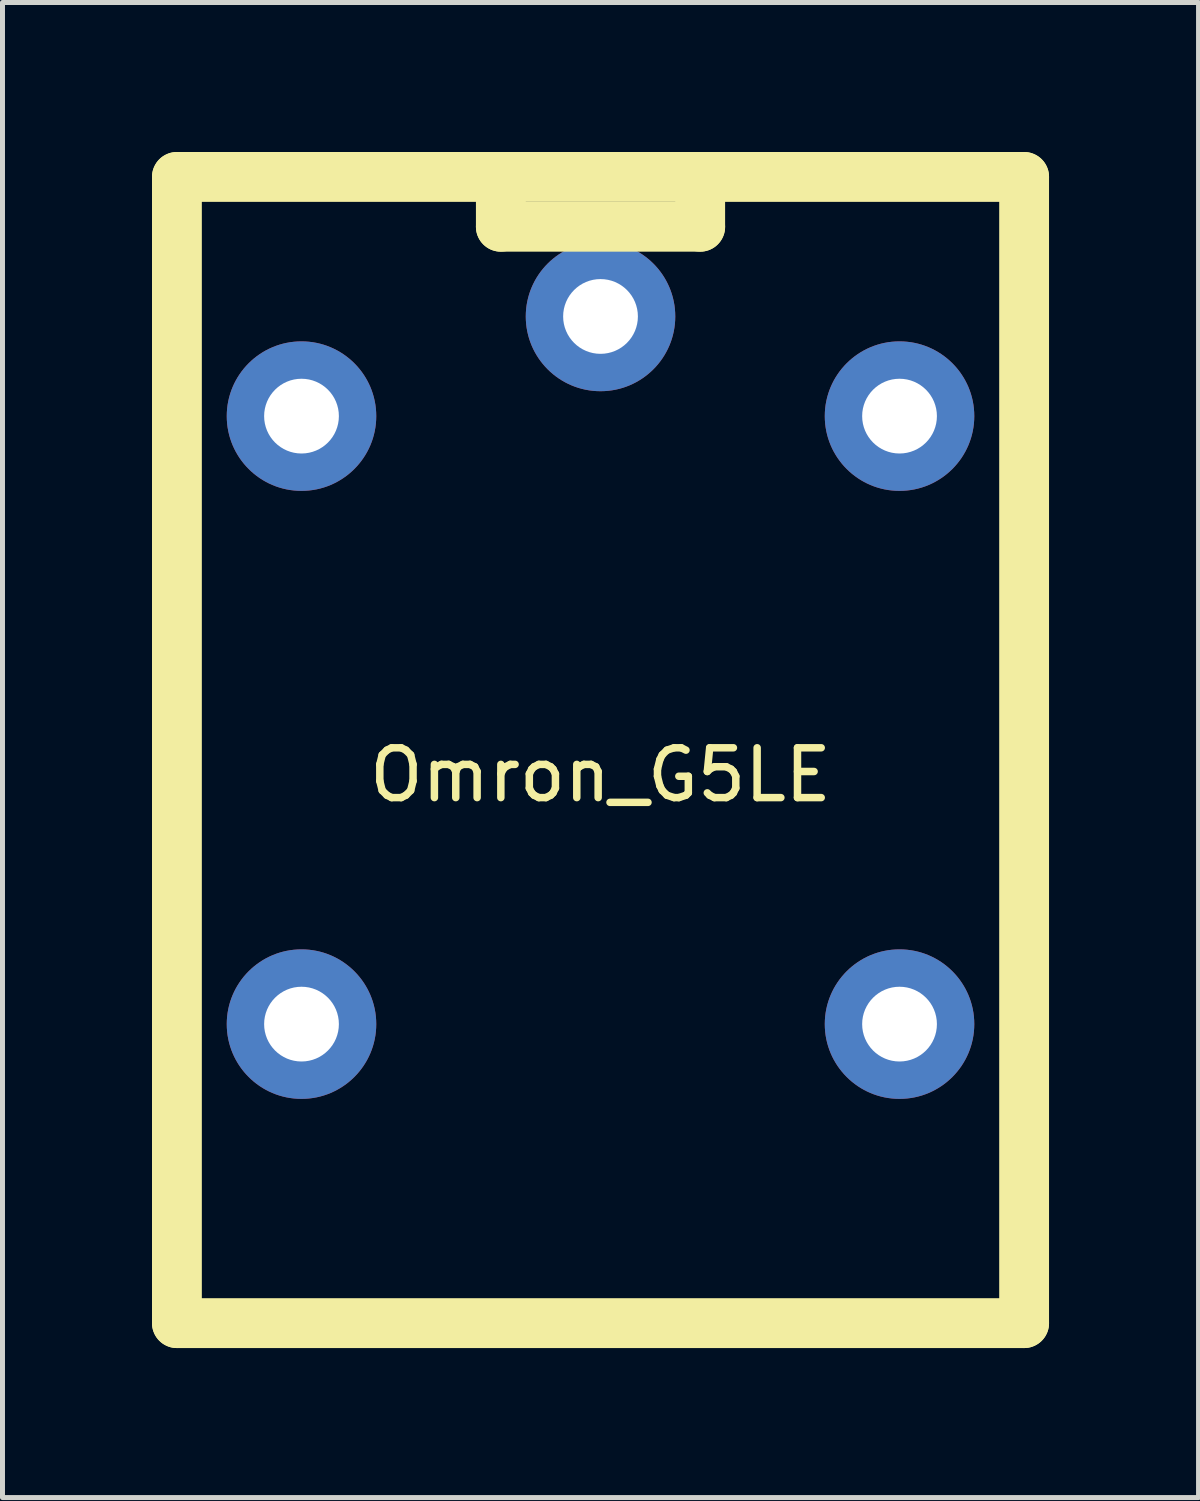
<source format=kicad_pcb>
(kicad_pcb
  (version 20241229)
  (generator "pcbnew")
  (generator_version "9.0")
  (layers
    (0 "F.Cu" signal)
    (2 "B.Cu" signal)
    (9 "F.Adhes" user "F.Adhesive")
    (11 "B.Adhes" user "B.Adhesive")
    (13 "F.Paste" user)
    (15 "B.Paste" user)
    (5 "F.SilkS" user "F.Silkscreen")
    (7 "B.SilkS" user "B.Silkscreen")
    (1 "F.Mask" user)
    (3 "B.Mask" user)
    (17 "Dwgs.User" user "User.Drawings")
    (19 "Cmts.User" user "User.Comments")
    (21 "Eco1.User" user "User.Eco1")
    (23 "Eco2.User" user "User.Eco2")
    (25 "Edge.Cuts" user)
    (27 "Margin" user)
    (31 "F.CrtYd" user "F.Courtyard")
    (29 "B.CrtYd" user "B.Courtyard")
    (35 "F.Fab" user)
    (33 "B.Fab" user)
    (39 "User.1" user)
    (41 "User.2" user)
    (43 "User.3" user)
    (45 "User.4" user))
  (footprint "Omron_G5LE"
    (layer "F.Cu")
    (at 9 12)
    (property "Reference" "Omron_G5LE" (at 0 0.5 0) (layer "F.SilkS") (effects (font (size 1 1) (thickness 0.15))))
    (attr through_hole)
    (fp_line (start -8.5 -11.5) (end -8.5 11.5) (stroke (width 1) (type solid)) (layer "F.SilkS"))
    (fp_line (start -8.5 11.5) (end 8.5 11.5) (stroke (width 1) (type solid)) (layer "F.SilkS"))
    (fp_line (start -2 -10.5) (end -2 -11.5) (stroke (width 1) (type solid)) (layer "F.SilkS"))
    (fp_line (start 2 -10.5) (end -2 -10.5) (stroke (width 1) (type solid)) (layer "F.SilkS"))
    (fp_line (start 2 -10.5) (end 2 -11.5) (stroke (width 1) (type solid)) (layer "F.SilkS"))
    (fp_line (start 8.5 -11.5) (end -8.5 -11.5) (stroke (width 1) (type solid)) (layer "F.SilkS"))
    (fp_line (start 8.5 11.5) (end 8.5 -11.5) (stroke (width 1) (type solid)) (layer "F.SilkS"))
    (pad "1" thru_hole circle (at 0 -8.7) (size 3 3) (drill 1.5) (layers "*.Cu" "*.Mask"))
    (pad "2" thru_hole circle (at -6 -6.7) (size 3 3) (drill 1.5) (layers "*.Cu" "*.Mask"))
    (pad "3" thru_hole circle (at -6 5.5) (size 3 3) (drill 1.5) (layers "*.Cu" "*.Mask"))
    (pad "4" thru_hole circle (at 6 5.5) (size 3 3) (drill 1.5) (layers "*.Cu" "*.Mask"))
    (pad "5" thru_hole circle (at 6 -6.7) (size 3 3) (drill 1.5) (layers "*.Cu" "*.Mask")))
  (gr_rect
    (start -3 -3)
    (end 21 27)
    (stroke (width 0.1) (type default))
    (fill no)
    (layer "Edge.Cuts")))
</source>
